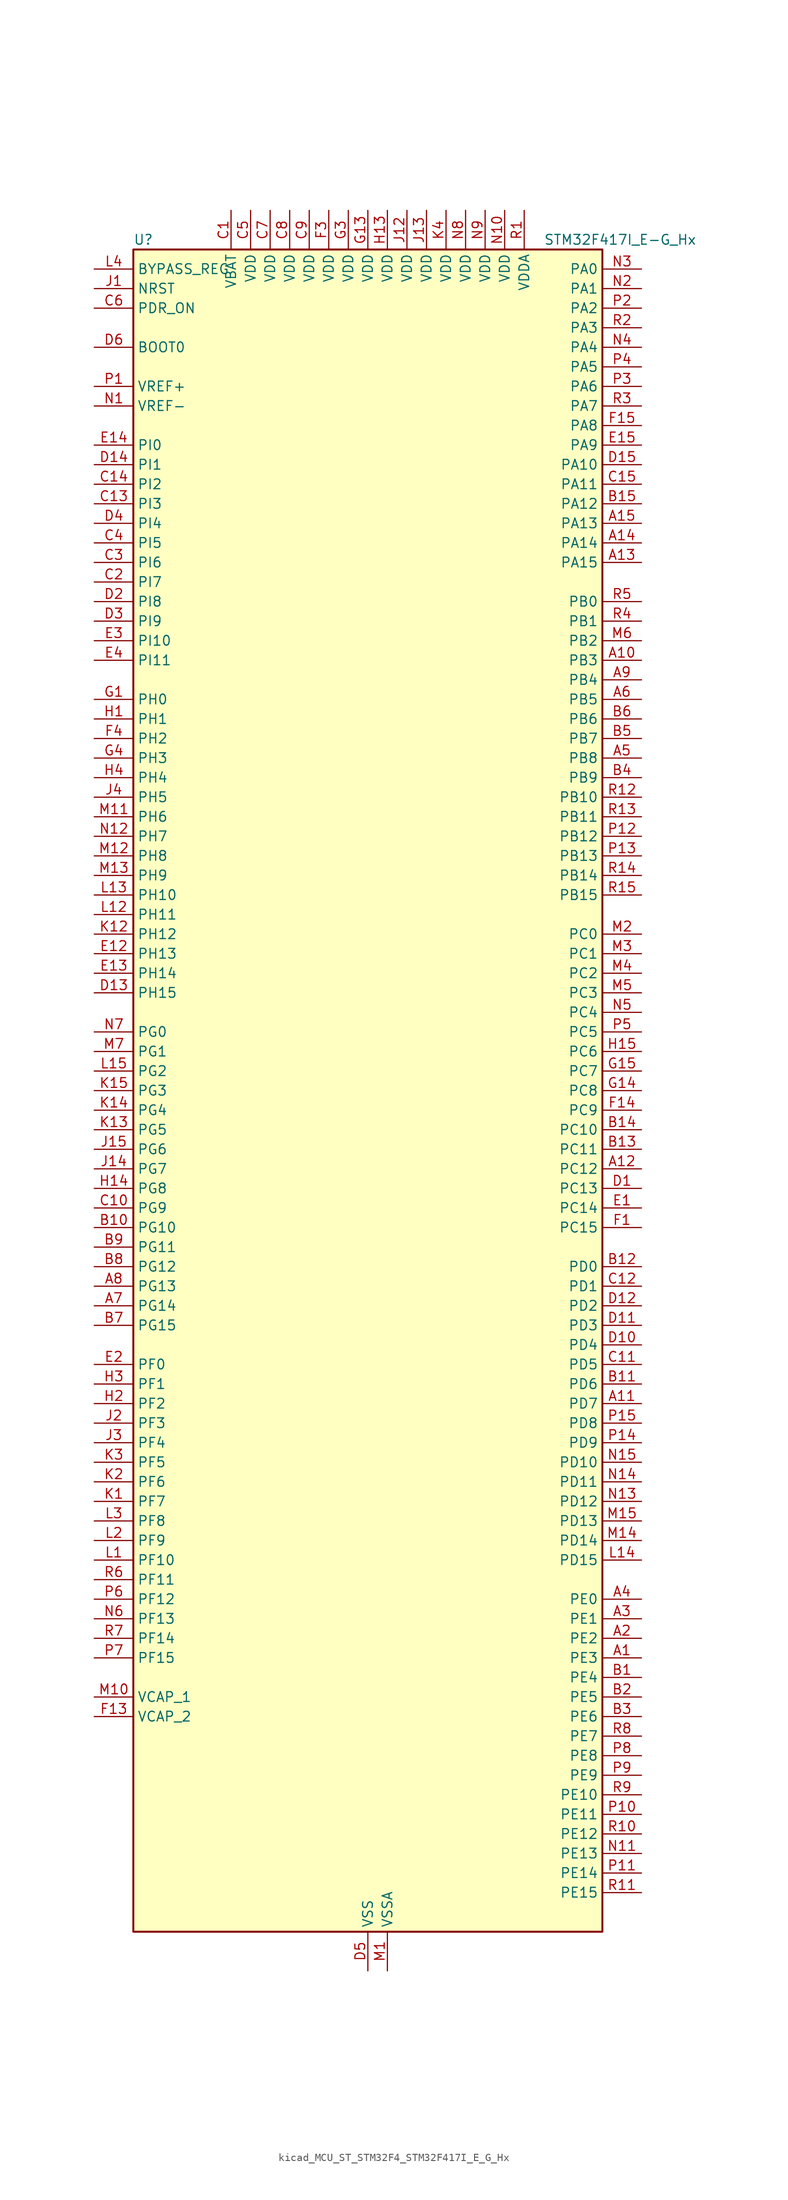
<source format=kicad_sym>
(kicad_symbol_lib
  (version 20220914)
  (generator kicad_symbol_editor)
  (symbol "kicad_MCU_ST_STM32F4_STM32F417I_E_G_Hx"
    (property "Reference" "U"
      (at -30.48 110.49 0)
      (effects (font (size 1.27 1.27)) (justify left)))
    (property "Value" "STM32F417I_E-G_Hx"
      (at 22.86 110.49 0)
      (effects (font (size 1.27 1.27)) (justify left)))
    (property "ki_locked" ""
      (at 0 0 0)
      (effects (font (size 1.27 1.27))))
    (symbol "kicad_MCU_ST_STM32F4_STM32F417I_E_G_Hx_0_1"
      (rectangle (start -30.48 -109.22) (end 30.48 109.22) (stroke (width 0.254) (type default)) (fill (type background))))
    (symbol "kicad_MCU_ST_STM32F4_STM32F417I_E_G_Hx_1_1"
      (pin bidirectional line (at 35.56 -73.66 180) (length 5.08) (name "PE3" (effects (font (size 1.27 1.27)))) (number "A1" (effects (font (size 1.27 1.27)))) (alternate "FSMC_A19" bidirectional line) (alternate "SYS_TRACED0" bidirectional line))
      (pin bidirectional line (at 35.56 55.88 180) (length 5.08) (name "PB3" (effects (font (size 1.27 1.27)))) (number "A10" (effects (font (size 1.27 1.27)))) (alternate "I2S3_CK" bidirectional line) (alternate "SPI1_SCK" bidirectional line) (alternate "SPI3_SCK" bidirectional line) (alternate "SYS_JTDO-SWO" bidirectional line) (alternate "TIM2_CH2" bidirectional line))
      (pin bidirectional line (at 35.56 -40.64 180) (length 5.08) (name "PD7" (effects (font (size 1.27 1.27)))) (number "A11" (effects (font (size 1.27 1.27)))) (alternate "FSMC_NCE2" bidirectional line) (alternate "FSMC_NE1" bidirectional line) (alternate "USART2_CK" bidirectional line))
      (pin bidirectional line (at 35.56 -10.16 180) (length 5.08) (name "PC12" (effects (font (size 1.27 1.27)))) (number "A12" (effects (font (size 1.27 1.27)))) (alternate "DCMI_D9" bidirectional line) (alternate "I2S3_SD" bidirectional line) (alternate "SDIO_CK" bidirectional line) (alternate "SPI3_MOSI" bidirectional line) (alternate "UART5_TX" bidirectional line) (alternate "USART3_CK" bidirectional line))
      (pin bidirectional line (at 35.56 68.58 180) (length 5.08) (name "PA15" (effects (font (size 1.27 1.27)))) (number "A13" (effects (font (size 1.27 1.27)))) (alternate "ADC1_EXTI15" bidirectional line) (alternate "ADC2_EXTI15" bidirectional line) (alternate "ADC3_EXTI15" bidirectional line) (alternate "I2S3_WS" bidirectional line) (alternate "SPI1_NSS" bidirectional line) (alternate "SPI3_NSS" bidirectional line) (alternate "SYS_JTDI" bidirectional line) (alternate "TIM2_CH1" bidirectional line) (alternate "TIM2_ETR" bidirectional line))
      (pin bidirectional line (at 35.56 71.12 180) (length 5.08) (name "PA14" (effects (font (size 1.27 1.27)))) (number "A14" (effects (font (size 1.27 1.27)))) (alternate "SYS_JTCK-SWCLK" bidirectional line))
      (pin bidirectional line (at 35.56 73.66 180) (length 5.08) (name "PA13" (effects (font (size 1.27 1.27)))) (number "A15" (effects (font (size 1.27 1.27)))) (alternate "SYS_JTMS-SWDIO" bidirectional line))
      (pin bidirectional line (at 35.56 -71.12 180) (length 5.08) (name "PE2" (effects (font (size 1.27 1.27)))) (number "A2" (effects (font (size 1.27 1.27)))) (alternate "ETH_TXD3" bidirectional line) (alternate "FSMC_A23" bidirectional line) (alternate "SYS_TRACECLK" bidirectional line))
      (pin bidirectional line (at 35.56 -68.58 180) (length 5.08) (name "PE1" (effects (font (size 1.27 1.27)))) (number "A3" (effects (font (size 1.27 1.27)))) (alternate "DCMI_D3" bidirectional line) (alternate "FSMC_NBL1" bidirectional line))
      (pin bidirectional line (at 35.56 -66.04 180) (length 5.08) (name "PE0" (effects (font (size 1.27 1.27)))) (number "A4" (effects (font (size 1.27 1.27)))) (alternate "DCMI_D2" bidirectional line) (alternate "FSMC_NBL0" bidirectional line) (alternate "TIM4_ETR" bidirectional line))
      (pin bidirectional line (at 35.56 43.18 180) (length 5.08) (name "PB8" (effects (font (size 1.27 1.27)))) (number "A5" (effects (font (size 1.27 1.27)))) (alternate "CAN1_RX" bidirectional line) (alternate "DCMI_D6" bidirectional line) (alternate "ETH_TXD3" bidirectional line) (alternate "I2C1_SCL" bidirectional line) (alternate "SDIO_D4" bidirectional line) (alternate "TIM10_CH1" bidirectional line) (alternate "TIM4_CH3" bidirectional line))
      (pin bidirectional line (at 35.56 50.8 180) (length 5.08) (name "PB5" (effects (font (size 1.27 1.27)))) (number "A6" (effects (font (size 1.27 1.27)))) (alternate "CAN2_RX" bidirectional line) (alternate "DCMI_D10" bidirectional line) (alternate "ETH_PPS_OUT" bidirectional line) (alternate "I2C1_SMBA" bidirectional line) (alternate "I2S3_SD" bidirectional line) (alternate "SPI1_MOSI" bidirectional line) (alternate "SPI3_MOSI" bidirectional line) (alternate "TIM3_CH2" bidirectional line) (alternate "USB_OTG_HS_ULPI_D7" bidirectional line))
      (pin bidirectional line (at -35.56 -27.94 0) (length 5.08) (name "PG14" (effects (font (size 1.27 1.27)))) (number "A7" (effects (font (size 1.27 1.27)))) (alternate "ETH_TXD1" bidirectional line) (alternate "FSMC_A25" bidirectional line) (alternate "USART6_TX" bidirectional line))
      (pin bidirectional line (at -35.56 -25.4 0) (length 5.08) (name "PG13" (effects (font (size 1.27 1.27)))) (number "A8" (effects (font (size 1.27 1.27)))) (alternate "ETH_TXD0" bidirectional line) (alternate "FSMC_A24" bidirectional line) (alternate "USART6_CTS" bidirectional line))
      (pin bidirectional line (at 35.56 53.34 180) (length 5.08) (name "PB4" (effects (font (size 1.27 1.27)))) (number "A9" (effects (font (size 1.27 1.27)))) (alternate "I2S3_ext_SD" bidirectional line) (alternate "SPI1_MISO" bidirectional line) (alternate "SPI3_MISO" bidirectional line) (alternate "SYS_JTRST" bidirectional line) (alternate "TIM3_CH1" bidirectional line))
      (pin bidirectional line (at 35.56 -76.2 180) (length 5.08) (name "PE4" (effects (font (size 1.27 1.27)))) (number "B1" (effects (font (size 1.27 1.27)))) (alternate "DCMI_D4" bidirectional line) (alternate "FSMC_A20" bidirectional line) (alternate "SYS_TRACED1" bidirectional line))
      (pin bidirectional line (at -35.56 -17.78 0) (length 5.08) (name "PG10" (effects (font (size 1.27 1.27)))) (number "B10" (effects (font (size 1.27 1.27)))) (alternate "FSMC_NCE4_1" bidirectional line) (alternate "FSMC_NE3" bidirectional line))
      (pin bidirectional line (at 35.56 -38.1 180) (length 5.08) (name "PD6" (effects (font (size 1.27 1.27)))) (number "B11" (effects (font (size 1.27 1.27)))) (alternate "FSMC_NWAIT" bidirectional line) (alternate "USART2_RX" bidirectional line))
      (pin bidirectional line (at 35.56 -22.86 180) (length 5.08) (name "PD0" (effects (font (size 1.27 1.27)))) (number "B12" (effects (font (size 1.27 1.27)))) (alternate "CAN1_RX" bidirectional line) (alternate "FSMC_D2" bidirectional line) (alternate "FSMC_DA2" bidirectional line))
      (pin bidirectional line (at 35.56 -7.62 180) (length 5.08) (name "PC11" (effects (font (size 1.27 1.27)))) (number "B13" (effects (font (size 1.27 1.27)))) (alternate "ADC1_EXTI11" bidirectional line) (alternate "ADC2_EXTI11" bidirectional line) (alternate "ADC3_EXTI11" bidirectional line) (alternate "DCMI_D4" bidirectional line) (alternate "I2S3_ext_SD" bidirectional line) (alternate "SDIO_D3" bidirectional line) (alternate "SPI3_MISO" bidirectional line) (alternate "UART4_RX" bidirectional line) (alternate "USART3_RX" bidirectional line))
      (pin bidirectional line (at 35.56 -5.08 180) (length 5.08) (name "PC10" (effects (font (size 1.27 1.27)))) (number "B14" (effects (font (size 1.27 1.27)))) (alternate "DCMI_D8" bidirectional line) (alternate "I2S3_CK" bidirectional line) (alternate "SDIO_D2" bidirectional line) (alternate "SPI3_SCK" bidirectional line) (alternate "UART4_TX" bidirectional line) (alternate "USART3_TX" bidirectional line))
      (pin bidirectional line (at 35.56 76.2 180) (length 5.08) (name "PA12" (effects (font (size 1.27 1.27)))) (number "B15" (effects (font (size 1.27 1.27)))) (alternate "CAN1_TX" bidirectional line) (alternate "TIM1_ETR" bidirectional line) (alternate "USART1_RTS" bidirectional line) (alternate "USB_OTG_FS_DP" bidirectional line))
      (pin bidirectional line (at 35.56 -78.74 180) (length 5.08) (name "PE5" (effects (font (size 1.27 1.27)))) (number "B2" (effects (font (size 1.27 1.27)))) (alternate "DCMI_D6" bidirectional line) (alternate "FSMC_A21" bidirectional line) (alternate "SYS_TRACED2" bidirectional line) (alternate "TIM9_CH1" bidirectional line))
      (pin bidirectional line (at 35.56 -81.28 180) (length 5.08) (name "PE6" (effects (font (size 1.27 1.27)))) (number "B3" (effects (font (size 1.27 1.27)))) (alternate "DCMI_D7" bidirectional line) (alternate "FSMC_A22" bidirectional line) (alternate "SYS_TRACED3" bidirectional line) (alternate "TIM9_CH2" bidirectional line))
      (pin bidirectional line (at 35.56 40.64 180) (length 5.08) (name "PB9" (effects (font (size 1.27 1.27)))) (number "B4" (effects (font (size 1.27 1.27)))) (alternate "CAN1_TX" bidirectional line) (alternate "DAC_EXTI9" bidirectional line) (alternate "DCMI_D7" bidirectional line) (alternate "I2C1_SDA" bidirectional line) (alternate "I2S2_WS" bidirectional line) (alternate "SDIO_D5" bidirectional line) (alternate "SPI2_NSS" bidirectional line) (alternate "TIM11_CH1" bidirectional line) (alternate "TIM4_CH4" bidirectional line))
      (pin bidirectional line (at 35.56 45.72 180) (length 5.08) (name "PB7" (effects (font (size 1.27 1.27)))) (number "B5" (effects (font (size 1.27 1.27)))) (alternate "DCMI_VSYNC" bidirectional line) (alternate "FSMC_NL" bidirectional line) (alternate "I2C1_SDA" bidirectional line) (alternate "TIM4_CH2" bidirectional line) (alternate "USART1_RX" bidirectional line))
      (pin bidirectional line (at 35.56 48.26 180) (length 5.08) (name "PB6" (effects (font (size 1.27 1.27)))) (number "B6" (effects (font (size 1.27 1.27)))) (alternate "CAN2_TX" bidirectional line) (alternate "DCMI_D5" bidirectional line) (alternate "I2C1_SCL" bidirectional line) (alternate "TIM4_CH1" bidirectional line) (alternate "USART1_TX" bidirectional line))
      (pin bidirectional line (at -35.56 -30.48 0) (length 5.08) (name "PG15" (effects (font (size 1.27 1.27)))) (number "B7" (effects (font (size 1.27 1.27)))) (alternate "ADC1_EXTI15" bidirectional line) (alternate "ADC2_EXTI15" bidirectional line) (alternate "ADC3_EXTI15" bidirectional line) (alternate "DCMI_D13" bidirectional line) (alternate "USART6_CTS" bidirectional line))
      (pin bidirectional line (at -35.56 -22.86 0) (length 5.08) (name "PG12" (effects (font (size 1.27 1.27)))) (number "B8" (effects (font (size 1.27 1.27)))) (alternate "FSMC_NE4" bidirectional line) (alternate "USART6_RTS" bidirectional line))
      (pin bidirectional line (at -35.56 -20.32 0) (length 5.08) (name "PG11" (effects (font (size 1.27 1.27)))) (number "B9" (effects (font (size 1.27 1.27)))) (alternate "ADC1_EXTI11" bidirectional line) (alternate "ADC2_EXTI11" bidirectional line) (alternate "ADC3_EXTI11" bidirectional line) (alternate "ETH_TX_EN" bidirectional line) (alternate "FSMC_NCE4_2" bidirectional line))
      (pin power_in line (at -17.78 114.3 270) (length 5.08) (name "VBAT" (effects (font (size 1.27 1.27)))) (number "C1" (effects (font (size 1.27 1.27)))))
      (pin bidirectional line (at -35.56 -15.24 0) (length 5.08) (name "PG9" (effects (font (size 1.27 1.27)))) (number "C10" (effects (font (size 1.27 1.27)))) (alternate "DAC_EXTI9" bidirectional line) (alternate "FSMC_NCE3" bidirectional line) (alternate "FSMC_NE2" bidirectional line) (alternate "USART6_RX" bidirectional line))
      (pin bidirectional line (at 35.56 -35.56 180) (length 5.08) (name "PD5" (effects (font (size 1.27 1.27)))) (number "C11" (effects (font (size 1.27 1.27)))) (alternate "FSMC_NWE" bidirectional line) (alternate "USART2_TX" bidirectional line))
      (pin bidirectional line (at 35.56 -25.4 180) (length 5.08) (name "PD1" (effects (font (size 1.27 1.27)))) (number "C12" (effects (font (size 1.27 1.27)))) (alternate "CAN1_TX" bidirectional line) (alternate "FSMC_D3" bidirectional line) (alternate "FSMC_DA3" bidirectional line))
      (pin bidirectional line (at -35.56 76.2 0) (length 5.08) (name "PI3" (effects (font (size 1.27 1.27)))) (number "C13" (effects (font (size 1.27 1.27)))) (alternate "DCMI_D10" bidirectional line) (alternate "I2S2_SD" bidirectional line) (alternate "SPI2_MOSI" bidirectional line) (alternate "TIM8_ETR" bidirectional line))
      (pin bidirectional line (at -35.56 78.74 0) (length 5.08) (name "PI2" (effects (font (size 1.27 1.27)))) (number "C14" (effects (font (size 1.27 1.27)))) (alternate "DCMI_D9" bidirectional line) (alternate "I2S2_ext_SD" bidirectional line) (alternate "SPI2_MISO" bidirectional line) (alternate "TIM8_CH4" bidirectional line))
      (pin bidirectional line (at 35.56 78.74 180) (length 5.08) (name "PA11" (effects (font (size 1.27 1.27)))) (number "C15" (effects (font (size 1.27 1.27)))) (alternate "ADC1_EXTI11" bidirectional line) (alternate "ADC2_EXTI11" bidirectional line) (alternate "ADC3_EXTI11" bidirectional line) (alternate "CAN1_RX" bidirectional line) (alternate "TIM1_CH4" bidirectional line) (alternate "USART1_CTS" bidirectional line) (alternate "USB_OTG_FS_DM" bidirectional line))
      (pin bidirectional line (at -35.56 66.04 0) (length 5.08) (name "PI7" (effects (font (size 1.27 1.27)))) (number "C2" (effects (font (size 1.27 1.27)))) (alternate "DCMI_D7" bidirectional line) (alternate "TIM8_CH3" bidirectional line))
      (pin bidirectional line (at -35.56 68.58 0) (length 5.08) (name "PI6" (effects (font (size 1.27 1.27)))) (number "C3" (effects (font (size 1.27 1.27)))) (alternate "DCMI_D6" bidirectional line) (alternate "TIM8_CH2" bidirectional line))
      (pin bidirectional line (at -35.56 71.12 0) (length 5.08) (name "PI5" (effects (font (size 1.27 1.27)))) (number "C4" (effects (font (size 1.27 1.27)))) (alternate "DCMI_VSYNC" bidirectional line) (alternate "TIM8_CH1" bidirectional line))
      (pin power_in line (at -15.24 114.3 270) (length 5.08) (name "VDD" (effects (font (size 1.27 1.27)))) (number "C5" (effects (font (size 1.27 1.27)))))
      (pin input line (at -35.56 101.6 0) (length 5.08) (name "PDR_ON" (effects (font (size 1.27 1.27)))) (number "C6" (effects (font (size 1.27 1.27)))))
      (pin power_in line (at -12.7 114.3 270) (length 5.08) (name "VDD" (effects (font (size 1.27 1.27)))) (number "C7" (effects (font (size 1.27 1.27)))))
      (pin power_in line (at -10.16 114.3 270) (length 5.08) (name "VDD" (effects (font (size 1.27 1.27)))) (number "C8" (effects (font (size 1.27 1.27)))))
      (pin power_in line (at -7.62 114.3 270) (length 5.08) (name "VDD" (effects (font (size 1.27 1.27)))) (number "C9" (effects (font (size 1.27 1.27)))))
      (pin bidirectional line (at 35.56 -12.7 180) (length 5.08) (name "PC13" (effects (font (size 1.27 1.27)))) (number "D1" (effects (font (size 1.27 1.27)))) (alternate "RTC_AF1" bidirectional line))
      (pin bidirectional line (at 35.56 -33.02 180) (length 5.08) (name "PD4" (effects (font (size 1.27 1.27)))) (number "D10" (effects (font (size 1.27 1.27)))) (alternate "FSMC_NOE" bidirectional line) (alternate "USART2_RTS" bidirectional line))
      (pin bidirectional line (at 35.56 -30.48 180) (length 5.08) (name "PD3" (effects (font (size 1.27 1.27)))) (number "D11" (effects (font (size 1.27 1.27)))) (alternate "FSMC_CLK" bidirectional line) (alternate "USART2_CTS" bidirectional line))
      (pin bidirectional line (at 35.56 -27.94 180) (length 5.08) (name "PD2" (effects (font (size 1.27 1.27)))) (number "D12" (effects (font (size 1.27 1.27)))) (alternate "DCMI_D11" bidirectional line) (alternate "SDIO_CMD" bidirectional line) (alternate "TIM3_ETR" bidirectional line) (alternate "UART5_RX" bidirectional line))
      (pin bidirectional line (at -35.56 12.7 0) (length 5.08) (name "PH15" (effects (font (size 1.27 1.27)))) (number "D13" (effects (font (size 1.27 1.27)))) (alternate "ADC1_EXTI15" bidirectional line) (alternate "ADC2_EXTI15" bidirectional line) (alternate "ADC3_EXTI15" bidirectional line) (alternate "DCMI_D11" bidirectional line) (alternate "TIM8_CH3N" bidirectional line))
      (pin bidirectional line (at -35.56 81.28 0) (length 5.08) (name "PI1" (effects (font (size 1.27 1.27)))) (number "D14" (effects (font (size 1.27 1.27)))) (alternate "DCMI_D8" bidirectional line) (alternate "I2S2_CK" bidirectional line) (alternate "SPI2_SCK" bidirectional line))
      (pin bidirectional line (at 35.56 81.28 180) (length 5.08) (name "PA10" (effects (font (size 1.27 1.27)))) (number "D15" (effects (font (size 1.27 1.27)))) (alternate "DCMI_D1" bidirectional line) (alternate "TIM1_CH3" bidirectional line) (alternate "USART1_RX" bidirectional line) (alternate "USB_OTG_FS_ID" bidirectional line))
      (pin bidirectional line (at -35.56 63.5 0) (length 5.08) (name "PI8" (effects (font (size 1.27 1.27)))) (number "D2" (effects (font (size 1.27 1.27)))) (alternate "RTC_AF2" bidirectional line))
      (pin bidirectional line (at -35.56 60.96 0) (length 5.08) (name "PI9" (effects (font (size 1.27 1.27)))) (number "D3" (effects (font (size 1.27 1.27)))) (alternate "CAN1_RX" bidirectional line) (alternate "DAC_EXTI9" bidirectional line))
      (pin bidirectional line (at -35.56 73.66 0) (length 5.08) (name "PI4" (effects (font (size 1.27 1.27)))) (number "D4" (effects (font (size 1.27 1.27)))) (alternate "DCMI_D5" bidirectional line) (alternate "TIM8_BKIN" bidirectional line))
      (pin power_in line (at 0 -114.3 90) (length 5.08) (name "VSS" (effects (font (size 1.27 1.27)))) (number "D5" (effects (font (size 1.27 1.27)))))
      (pin input line (at -35.56 96.52 0) (length 5.08) (name "BOOT0" (effects (font (size 1.27 1.27)))) (number "D6" (effects (font (size 1.27 1.27)))))
      (pin passive line (at 0 -114.3 90) (length 5.08) hide (name "VSS" (effects (font (size 1.27 1.27)))) (number "D7" (effects (font (size 1.27 1.27)))))
      (pin passive line (at 0 -114.3 90) (length 5.08) hide (name "VSS" (effects (font (size 1.27 1.27)))) (number "D8" (effects (font (size 1.27 1.27)))))
      (pin passive line (at 0 -114.3 90) (length 5.08) hide (name "VSS" (effects (font (size 1.27 1.27)))) (number "D9" (effects (font (size 1.27 1.27)))))
      (pin bidirectional line (at 35.56 -15.24 180) (length 5.08) (name "PC14" (effects (font (size 1.27 1.27)))) (number "E1" (effects (font (size 1.27 1.27)))) (alternate "RCC_OSC32_IN" bidirectional line))
      (pin bidirectional line (at -35.56 17.78 0) (length 5.08) (name "PH13" (effects (font (size 1.27 1.27)))) (number "E12" (effects (font (size 1.27 1.27)))) (alternate "CAN1_TX" bidirectional line) (alternate "TIM8_CH1N" bidirectional line))
      (pin bidirectional line (at -35.56 15.24 0) (length 5.08) (name "PH14" (effects (font (size 1.27 1.27)))) (number "E13" (effects (font (size 1.27 1.27)))) (alternate "DCMI_D4" bidirectional line) (alternate "TIM8_CH2N" bidirectional line))
      (pin bidirectional line (at -35.56 83.82 0) (length 5.08) (name "PI0" (effects (font (size 1.27 1.27)))) (number "E14" (effects (font (size 1.27 1.27)))) (alternate "DCMI_D13" bidirectional line) (alternate "I2S2_WS" bidirectional line) (alternate "SPI2_NSS" bidirectional line) (alternate "TIM5_CH4" bidirectional line))
      (pin bidirectional line (at 35.56 83.82 180) (length 5.08) (name "PA9" (effects (font (size 1.27 1.27)))) (number "E15" (effects (font (size 1.27 1.27)))) (alternate "DAC_EXTI9" bidirectional line) (alternate "DCMI_D0" bidirectional line) (alternate "I2C3_SMBA" bidirectional line) (alternate "TIM1_CH2" bidirectional line) (alternate "USART1_TX" bidirectional line) (alternate "USB_OTG_FS_VBUS" bidirectional line))
      (pin bidirectional line (at -35.56 -35.56 0) (length 5.08) (name "PF0" (effects (font (size 1.27 1.27)))) (number "E2" (effects (font (size 1.27 1.27)))) (alternate "FSMC_A0" bidirectional line) (alternate "I2C2_SDA" bidirectional line))
      (pin bidirectional line (at -35.56 58.42 0) (length 5.08) (name "PI10" (effects (font (size 1.27 1.27)))) (number "E3" (effects (font (size 1.27 1.27)))) (alternate "ETH_RX_ER" bidirectional line))
      (pin bidirectional line (at -35.56 55.88 0) (length 5.08) (name "PI11" (effects (font (size 1.27 1.27)))) (number "E4" (effects (font (size 1.27 1.27)))) (alternate "ADC1_EXTI11" bidirectional line) (alternate "ADC2_EXTI11" bidirectional line) (alternate "ADC3_EXTI11" bidirectional line) (alternate "USB_OTG_HS_ULPI_DIR" bidirectional line))
      (pin bidirectional line (at 35.56 -17.78 180) (length 5.08) (name "PC15" (effects (font (size 1.27 1.27)))) (number "F1" (effects (font (size 1.27 1.27)))) (alternate "ADC1_EXTI15" bidirectional line) (alternate "ADC2_EXTI15" bidirectional line) (alternate "ADC3_EXTI15" bidirectional line) (alternate "RCC_OSC32_OUT" bidirectional line))
      (pin passive line (at 0 -114.3 90) (length 5.08) hide (name "VSS" (effects (font (size 1.27 1.27)))) (number "F10" (effects (font (size 1.27 1.27)))))
      (pin passive line (at 0 -114.3 90) (length 5.08) hide (name "VSS" (effects (font (size 1.27 1.27)))) (number "F12" (effects (font (size 1.27 1.27)))))
      (pin power_out line (at -35.56 -81.28 0) (length 5.08) (name "VCAP_2" (effects (font (size 1.27 1.27)))) (number "F13" (effects (font (size 1.27 1.27)))))
      (pin bidirectional line (at 35.56 -2.54 180) (length 5.08) (name "PC9" (effects (font (size 1.27 1.27)))) (number "F14" (effects (font (size 1.27 1.27)))) (alternate "DAC_EXTI9" bidirectional line) (alternate "DCMI_D3" bidirectional line) (alternate "I2C3_SDA" bidirectional line) (alternate "I2S_CKIN" bidirectional line) (alternate "RCC_MCO_2" bidirectional line) (alternate "SDIO_D1" bidirectional line) (alternate "TIM3_CH4" bidirectional line) (alternate "TIM8_CH4" bidirectional line))
      (pin bidirectional line (at 35.56 86.36 180) (length 5.08) (name "PA8" (effects (font (size 1.27 1.27)))) (number "F15" (effects (font (size 1.27 1.27)))) (alternate "I2C3_SCL" bidirectional line) (alternate "RCC_MCO_1" bidirectional line) (alternate "TIM1_CH1" bidirectional line) (alternate "USART1_CK" bidirectional line) (alternate "USB_OTG_FS_SOF" bidirectional line))
      (pin passive line (at 0 -114.3 90) (length 5.08) hide (name "VSS" (effects (font (size 1.27 1.27)))) (number "F2" (effects (font (size 1.27 1.27)))))
      (pin power_in line (at -5.08 114.3 270) (length 5.08) (name "VDD" (effects (font (size 1.27 1.27)))) (number "F3" (effects (font (size 1.27 1.27)))))
      (pin bidirectional line (at -35.56 45.72 0) (length 5.08) (name "PH2" (effects (font (size 1.27 1.27)))) (number "F4" (effects (font (size 1.27 1.27)))) (alternate "ETH_CRS" bidirectional line))
      (pin passive line (at 0 -114.3 90) (length 5.08) hide (name "VSS" (effects (font (size 1.27 1.27)))) (number "F6" (effects (font (size 1.27 1.27)))))
      (pin passive line (at 0 -114.3 90) (length 5.08) hide (name "VSS" (effects (font (size 1.27 1.27)))) (number "F7" (effects (font (size 1.27 1.27)))))
      (pin passive line (at 0 -114.3 90) (length 5.08) hide (name "VSS" (effects (font (size 1.27 1.27)))) (number "F8" (effects (font (size 1.27 1.27)))))
      (pin passive line (at 0 -114.3 90) (length 5.08) hide (name "VSS" (effects (font (size 1.27 1.27)))) (number "F9" (effects (font (size 1.27 1.27)))))
      (pin bidirectional line (at -35.56 50.8 0) (length 5.08) (name "PH0" (effects (font (size 1.27 1.27)))) (number "G1" (effects (font (size 1.27 1.27)))) (alternate "RCC_OSC_IN" bidirectional line))
      (pin passive line (at 0 -114.3 90) (length 5.08) hide (name "VSS" (effects (font (size 1.27 1.27)))) (number "G10" (effects (font (size 1.27 1.27)))))
      (pin passive line (at 0 -114.3 90) (length 5.08) hide (name "VSS" (effects (font (size 1.27 1.27)))) (number "G12" (effects (font (size 1.27 1.27)))))
      (pin power_in line (at 0 114.3 270) (length 5.08) (name "VDD" (effects (font (size 1.27 1.27)))) (number "G13" (effects (font (size 1.27 1.27)))))
      (pin bidirectional line (at 35.56 0 180) (length 5.08) (name "PC8" (effects (font (size 1.27 1.27)))) (number "G14" (effects (font (size 1.27 1.27)))) (alternate "DCMI_D2" bidirectional line) (alternate "SDIO_D0" bidirectional line) (alternate "TIM3_CH3" bidirectional line) (alternate "TIM8_CH3" bidirectional line) (alternate "USART6_CK" bidirectional line))
      (pin bidirectional line (at 35.56 2.54 180) (length 5.08) (name "PC7" (effects (font (size 1.27 1.27)))) (number "G15" (effects (font (size 1.27 1.27)))) (alternate "DCMI_D1" bidirectional line) (alternate "I2S3_MCK" bidirectional line) (alternate "SDIO_D7" bidirectional line) (alternate "TIM3_CH2" bidirectional line) (alternate "TIM8_CH2" bidirectional line) (alternate "USART6_RX" bidirectional line))
      (pin passive line (at 0 -114.3 90) (length 5.08) hide (name "VSS" (effects (font (size 1.27 1.27)))) (number "G2" (effects (font (size 1.27 1.27)))))
      (pin power_in line (at -2.54 114.3 270) (length 5.08) (name "VDD" (effects (font (size 1.27 1.27)))) (number "G3" (effects (font (size 1.27 1.27)))))
      (pin bidirectional line (at -35.56 43.18 0) (length 5.08) (name "PH3" (effects (font (size 1.27 1.27)))) (number "G4" (effects (font (size 1.27 1.27)))) (alternate "ETH_COL" bidirectional line))
      (pin passive line (at 0 -114.3 90) (length 5.08) hide (name "VSS" (effects (font (size 1.27 1.27)))) (number "G6" (effects (font (size 1.27 1.27)))))
      (pin passive line (at 0 -114.3 90) (length 5.08) hide (name "VSS" (effects (font (size 1.27 1.27)))) (number "G7" (effects (font (size 1.27 1.27)))))
      (pin passive line (at 0 -114.3 90) (length 5.08) hide (name "VSS" (effects (font (size 1.27 1.27)))) (number "G8" (effects (font (size 1.27 1.27)))))
      (pin passive line (at 0 -114.3 90) (length 5.08) hide (name "VSS" (effects (font (size 1.27 1.27)))) (number "G9" (effects (font (size 1.27 1.27)))))
      (pin bidirectional line (at -35.56 48.26 0) (length 5.08) (name "PH1" (effects (font (size 1.27 1.27)))) (number "H1" (effects (font (size 1.27 1.27)))) (alternate "RCC_OSC_OUT" bidirectional line))
      (pin passive line (at 0 -114.3 90) (length 5.08) hide (name "VSS" (effects (font (size 1.27 1.27)))) (number "H10" (effects (font (size 1.27 1.27)))))
      (pin passive line (at 0 -114.3 90) (length 5.08) hide (name "VSS" (effects (font (size 1.27 1.27)))) (number "H12" (effects (font (size 1.27 1.27)))))
      (pin power_in line (at 2.54 114.3 270) (length 5.08) (name "VDD" (effects (font (size 1.27 1.27)))) (number "H13" (effects (font (size 1.27 1.27)))))
      (pin bidirectional line (at -35.56 -12.7 0) (length 5.08) (name "PG8" (effects (font (size 1.27 1.27)))) (number "H14" (effects (font (size 1.27 1.27)))) (alternate "ETH_PPS_OUT" bidirectional line) (alternate "USART6_RTS" bidirectional line))
      (pin bidirectional line (at 35.56 5.08 180) (length 5.08) (name "PC6" (effects (font (size 1.27 1.27)))) (number "H15" (effects (font (size 1.27 1.27)))) (alternate "DCMI_D0" bidirectional line) (alternate "I2S2_MCK" bidirectional line) (alternate "SDIO_D6" bidirectional line) (alternate "TIM3_CH1" bidirectional line) (alternate "TIM8_CH1" bidirectional line) (alternate "USART6_TX" bidirectional line))
      (pin bidirectional line (at -35.56 -40.64 0) (length 5.08) (name "PF2" (effects (font (size 1.27 1.27)))) (number "H2" (effects (font (size 1.27 1.27)))) (alternate "FSMC_A2" bidirectional line) (alternate "I2C2_SMBA" bidirectional line))
      (pin bidirectional line (at -35.56 -38.1 0) (length 5.08) (name "PF1" (effects (font (size 1.27 1.27)))) (number "H3" (effects (font (size 1.27 1.27)))) (alternate "FSMC_A1" bidirectional line) (alternate "I2C2_SCL" bidirectional line))
      (pin bidirectional line (at -35.56 40.64 0) (length 5.08) (name "PH4" (effects (font (size 1.27 1.27)))) (number "H4" (effects (font (size 1.27 1.27)))) (alternate "I2C2_SCL" bidirectional line) (alternate "USB_OTG_HS_ULPI_NXT" bidirectional line))
      (pin passive line (at 0 -114.3 90) (length 5.08) hide (name "VSS" (effects (font (size 1.27 1.27)))) (number "H6" (effects (font (size 1.27 1.27)))))
      (pin passive line (at 0 -114.3 90) (length 5.08) hide (name "VSS" (effects (font (size 1.27 1.27)))) (number "H7" (effects (font (size 1.27 1.27)))))
      (pin passive line (at 0 -114.3 90) (length 5.08) hide (name "VSS" (effects (font (size 1.27 1.27)))) (number "H8" (effects (font (size 1.27 1.27)))))
      (pin passive line (at 0 -114.3 90) (length 5.08) hide (name "VSS" (effects (font (size 1.27 1.27)))) (number "H9" (effects (font (size 1.27 1.27)))))
      (pin input line (at -35.56 104.14 0) (length 5.08) (name "NRST" (effects (font (size 1.27 1.27)))) (number "J1" (effects (font (size 1.27 1.27)))))
      (pin passive line (at 0 -114.3 90) (length 5.08) hide (name "VSS" (effects (font (size 1.27 1.27)))) (number "J10" (effects (font (size 1.27 1.27)))))
      (pin power_in line (at 5.08 114.3 270) (length 5.08) (name "VDD" (effects (font (size 1.27 1.27)))) (number "J12" (effects (font (size 1.27 1.27)))))
      (pin power_in line (at 7.62 114.3 270) (length 5.08) (name "VDD" (effects (font (size 1.27 1.27)))) (number "J13" (effects (font (size 1.27 1.27)))))
      (pin bidirectional line (at -35.56 -10.16 0) (length 5.08) (name "PG7" (effects (font (size 1.27 1.27)))) (number "J14" (effects (font (size 1.27 1.27)))) (alternate "FSMC_INT3" bidirectional line) (alternate "USART6_CK" bidirectional line))
      (pin bidirectional line (at -35.56 -7.62 0) (length 5.08) (name "PG6" (effects (font (size 1.27 1.27)))) (number "J15" (effects (font (size 1.27 1.27)))) (alternate "FSMC_INT2" bidirectional line))
      (pin bidirectional line (at -35.56 -43.18 0) (length 5.08) (name "PF3" (effects (font (size 1.27 1.27)))) (number "J2" (effects (font (size 1.27 1.27)))) (alternate "ADC3_IN9" bidirectional line) (alternate "FSMC_A3" bidirectional line))
      (pin bidirectional line (at -35.56 -45.72 0) (length 5.08) (name "PF4" (effects (font (size 1.27 1.27)))) (number "J3" (effects (font (size 1.27 1.27)))) (alternate "ADC3_IN14" bidirectional line) (alternate "FSMC_A4" bidirectional line))
      (pin bidirectional line (at -35.56 38.1 0) (length 5.08) (name "PH5" (effects (font (size 1.27 1.27)))) (number "J4" (effects (font (size 1.27 1.27)))) (alternate "I2C2_SDA" bidirectional line))
      (pin passive line (at 0 -114.3 90) (length 5.08) hide (name "VSS" (effects (font (size 1.27 1.27)))) (number "J6" (effects (font (size 1.27 1.27)))))
      (pin passive line (at 0 -114.3 90) (length 5.08) hide (name "VSS" (effects (font (size 1.27 1.27)))) (number "J7" (effects (font (size 1.27 1.27)))))
      (pin passive line (at 0 -114.3 90) (length 5.08) hide (name "VSS" (effects (font (size 1.27 1.27)))) (number "J8" (effects (font (size 1.27 1.27)))))
      (pin passive line (at 0 -114.3 90) (length 5.08) hide (name "VSS" (effects (font (size 1.27 1.27)))) (number "J9" (effects (font (size 1.27 1.27)))))
      (pin bidirectional line (at -35.56 -53.34 0) (length 5.08) (name "PF7" (effects (font (size 1.27 1.27)))) (number "K1" (effects (font (size 1.27 1.27)))) (alternate "ADC3_IN5" bidirectional line) (alternate "FSMC_NREG" bidirectional line) (alternate "TIM11_CH1" bidirectional line))
      (pin passive line (at 0 -114.3 90) (length 5.08) hide (name "VSS" (effects (font (size 1.27 1.27)))) (number "K10" (effects (font (size 1.27 1.27)))))
      (pin bidirectional line (at -35.56 20.32 0) (length 5.08) (name "PH12" (effects (font (size 1.27 1.27)))) (number "K12" (effects (font (size 1.27 1.27)))) (alternate "DCMI_D3" bidirectional line) (alternate "TIM5_CH3" bidirectional line))
      (pin bidirectional line (at -35.56 -5.08 0) (length 5.08) (name "PG5" (effects (font (size 1.27 1.27)))) (number "K13" (effects (font (size 1.27 1.27)))) (alternate "FSMC_A15" bidirectional line))
      (pin bidirectional line (at -35.56 -2.54 0) (length 5.08) (name "PG4" (effects (font (size 1.27 1.27)))) (number "K14" (effects (font (size 1.27 1.27)))) (alternate "FSMC_A14" bidirectional line))
      (pin bidirectional line (at -35.56 0 0) (length 5.08) (name "PG3" (effects (font (size 1.27 1.27)))) (number "K15" (effects (font (size 1.27 1.27)))) (alternate "FSMC_A13" bidirectional line))
      (pin bidirectional line (at -35.56 -50.8 0) (length 5.08) (name "PF6" (effects (font (size 1.27 1.27)))) (number "K2" (effects (font (size 1.27 1.27)))) (alternate "ADC3_IN4" bidirectional line) (alternate "FSMC_NIORD" bidirectional line) (alternate "TIM10_CH1" bidirectional line))
      (pin bidirectional line (at -35.56 -48.26 0) (length 5.08) (name "PF5" (effects (font (size 1.27 1.27)))) (number "K3" (effects (font (size 1.27 1.27)))) (alternate "ADC3_IN15" bidirectional line) (alternate "FSMC_A5" bidirectional line))
      (pin power_in line (at 10.16 114.3 270) (length 5.08) (name "VDD" (effects (font (size 1.27 1.27)))) (number "K4" (effects (font (size 1.27 1.27)))))
      (pin passive line (at 0 -114.3 90) (length 5.08) hide (name "VSS" (effects (font (size 1.27 1.27)))) (number "K6" (effects (font (size 1.27 1.27)))))
      (pin passive line (at 0 -114.3 90) (length 5.08) hide (name "VSS" (effects (font (size 1.27 1.27)))) (number "K7" (effects (font (size 1.27 1.27)))))
      (pin passive line (at 0 -114.3 90) (length 5.08) hide (name "VSS" (effects (font (size 1.27 1.27)))) (number "K8" (effects (font (size 1.27 1.27)))))
      (pin passive line (at 0 -114.3 90) (length 5.08) hide (name "VSS" (effects (font (size 1.27 1.27)))) (number "K9" (effects (font (size 1.27 1.27)))))
      (pin bidirectional line (at -35.56 -60.96 0) (length 5.08) (name "PF10" (effects (font (size 1.27 1.27)))) (number "L1" (effects (font (size 1.27 1.27)))) (alternate "ADC3_IN8" bidirectional line) (alternate "FSMC_INTR" bidirectional line))
      (pin bidirectional line (at -35.56 22.86 0) (length 5.08) (name "PH11" (effects (font (size 1.27 1.27)))) (number "L12" (effects (font (size 1.27 1.27)))) (alternate "ADC1_EXTI11" bidirectional line) (alternate "ADC2_EXTI11" bidirectional line) (alternate "ADC3_EXTI11" bidirectional line) (alternate "DCMI_D2" bidirectional line) (alternate "TIM5_CH2" bidirectional line))
      (pin bidirectional line (at -35.56 25.4 0) (length 5.08) (name "PH10" (effects (font (size 1.27 1.27)))) (number "L13" (effects (font (size 1.27 1.27)))) (alternate "DCMI_D1" bidirectional line) (alternate "TIM5_CH1" bidirectional line))
      (pin bidirectional line (at 35.56 -60.96 180) (length 5.08) (name "PD15" (effects (font (size 1.27 1.27)))) (number "L14" (effects (font (size 1.27 1.27)))) (alternate "ADC1_EXTI15" bidirectional line) (alternate "ADC2_EXTI15" bidirectional line) (alternate "ADC3_EXTI15" bidirectional line) (alternate "FSMC_D1" bidirectional line) (alternate "FSMC_DA1" bidirectional line) (alternate "TIM4_CH4" bidirectional line))
      (pin bidirectional line (at -35.56 2.54 0) (length 5.08) (name "PG2" (effects (font (size 1.27 1.27)))) (number "L15" (effects (font (size 1.27 1.27)))) (alternate "FSMC_A12" bidirectional line))
      (pin bidirectional line (at -35.56 -58.42 0) (length 5.08) (name "PF9" (effects (font (size 1.27 1.27)))) (number "L2" (effects (font (size 1.27 1.27)))) (alternate "ADC3_IN7" bidirectional line) (alternate "DAC_EXTI9" bidirectional line) (alternate "FSMC_CD" bidirectional line) (alternate "TIM14_CH1" bidirectional line))
      (pin bidirectional line (at -35.56 -55.88 0) (length 5.08) (name "PF8" (effects (font (size 1.27 1.27)))) (number "L3" (effects (font (size 1.27 1.27)))) (alternate "ADC3_IN6" bidirectional line) (alternate "FSMC_NIOWR" bidirectional line) (alternate "TIM13_CH1" bidirectional line))
      (pin input line (at -35.56 106.68 0) (length 5.08) (name "BYPASS_REG" (effects (font (size 1.27 1.27)))) (number "L4" (effects (font (size 1.27 1.27)))))
      (pin power_in line (at 2.54 -114.3 90) (length 5.08) (name "VSSA" (effects (font (size 1.27 1.27)))) (number "M1" (effects (font (size 1.27 1.27)))))
      (pin power_out line (at -35.56 -78.74 0) (length 5.08) (name "VCAP_1" (effects (font (size 1.27 1.27)))) (number "M10" (effects (font (size 1.27 1.27)))))
      (pin bidirectional line (at -35.56 35.56 0) (length 5.08) (name "PH6" (effects (font (size 1.27 1.27)))) (number "M11" (effects (font (size 1.27 1.27)))) (alternate "ETH_RXD2" bidirectional line) (alternate "I2C2_SMBA" bidirectional line) (alternate "TIM12_CH1" bidirectional line))
      (pin bidirectional line (at -35.56 30.48 0) (length 5.08) (name "PH8" (effects (font (size 1.27 1.27)))) (number "M12" (effects (font (size 1.27 1.27)))) (alternate "DCMI_HSYNC" bidirectional line) (alternate "I2C3_SDA" bidirectional line))
      (pin bidirectional line (at -35.56 27.94 0) (length 5.08) (name "PH9" (effects (font (size 1.27 1.27)))) (number "M13" (effects (font (size 1.27 1.27)))) (alternate "DAC_EXTI9" bidirectional line) (alternate "DCMI_D0" bidirectional line) (alternate "I2C3_SMBA" bidirectional line) (alternate "TIM12_CH2" bidirectional line))
      (pin bidirectional line (at 35.56 -58.42 180) (length 5.08) (name "PD14" (effects (font (size 1.27 1.27)))) (number "M14" (effects (font (size 1.27 1.27)))) (alternate "FSMC_D0" bidirectional line) (alternate "FSMC_DA0" bidirectional line) (alternate "TIM4_CH3" bidirectional line))
      (pin bidirectional line (at 35.56 -55.88 180) (length 5.08) (name "PD13" (effects (font (size 1.27 1.27)))) (number "M15" (effects (font (size 1.27 1.27)))) (alternate "FSMC_A18" bidirectional line) (alternate "TIM4_CH2" bidirectional line))
      (pin bidirectional line (at 35.56 20.32 180) (length 5.08) (name "PC0" (effects (font (size 1.27 1.27)))) (number "M2" (effects (font (size 1.27 1.27)))) (alternate "ADC1_IN10" bidirectional line) (alternate "ADC2_IN10" bidirectional line) (alternate "ADC3_IN10" bidirectional line) (alternate "USB_OTG_HS_ULPI_STP" bidirectional line))
      (pin bidirectional line (at 35.56 17.78 180) (length 5.08) (name "PC1" (effects (font (size 1.27 1.27)))) (number "M3" (effects (font (size 1.27 1.27)))) (alternate "ADC1_IN11" bidirectional line) (alternate "ADC2_IN11" bidirectional line) (alternate "ADC3_IN11" bidirectional line) (alternate "ETH_MDC" bidirectional line))
      (pin bidirectional line (at 35.56 15.24 180) (length 5.08) (name "PC2" (effects (font (size 1.27 1.27)))) (number "M4" (effects (font (size 1.27 1.27)))) (alternate "ADC1_IN12" bidirectional line) (alternate "ADC2_IN12" bidirectional line) (alternate "ADC3_IN12" bidirectional line) (alternate "ETH_TXD2" bidirectional line) (alternate "I2S2_ext_SD" bidirectional line) (alternate "SPI2_MISO" bidirectional line) (alternate "USB_OTG_HS_ULPI_DIR" bidirectional line))
      (pin bidirectional line (at 35.56 12.7 180) (length 5.08) (name "PC3" (effects (font (size 1.27 1.27)))) (number "M5" (effects (font (size 1.27 1.27)))) (alternate "ADC1_IN13" bidirectional line) (alternate "ADC2_IN13" bidirectional line) (alternate "ADC3_IN13" bidirectional line) (alternate "ETH_TX_CLK" bidirectional line) (alternate "I2S2_SD" bidirectional line) (alternate "SPI2_MOSI" bidirectional line) (alternate "USB_OTG_HS_ULPI_NXT" bidirectional line))
      (pin bidirectional line (at 35.56 58.42 180) (length 5.08) (name "PB2" (effects (font (size 1.27 1.27)))) (number "M6" (effects (font (size 1.27 1.27)))))
      (pin bidirectional line (at -35.56 5.08 0) (length 5.08) (name "PG1" (effects (font (size 1.27 1.27)))) (number "M7" (effects (font (size 1.27 1.27)))) (alternate "FSMC_A11" bidirectional line))
      (pin passive line (at 0 -114.3 90) (length 5.08) hide (name "VSS" (effects (font (size 1.27 1.27)))) (number "M8" (effects (font (size 1.27 1.27)))))
      (pin passive line (at 0 -114.3 90) (length 5.08) hide (name "VSS" (effects (font (size 1.27 1.27)))) (number "M9" (effects (font (size 1.27 1.27)))))
      (pin input line (at -35.56 88.9 0) (length 5.08) (name "VREF-" (effects (font (size 1.27 1.27)))) (number "N1" (effects (font (size 1.27 1.27)))))
      (pin power_in line (at 17.78 114.3 270) (length 5.08) (name "VDD" (effects (font (size 1.27 1.27)))) (number "N10" (effects (font (size 1.27 1.27)))))
      (pin bidirectional line (at 35.56 -99.06 180) (length 5.08) (name "PE13" (effects (font (size 1.27 1.27)))) (number "N11" (effects (font (size 1.27 1.27)))) (alternate "FSMC_D10" bidirectional line) (alternate "FSMC_DA10" bidirectional line) (alternate "TIM1_CH3" bidirectional line))
      (pin bidirectional line (at -35.56 33.02 0) (length 5.08) (name "PH7" (effects (font (size 1.27 1.27)))) (number "N12" (effects (font (size 1.27 1.27)))) (alternate "ETH_RXD3" bidirectional line) (alternate "I2C3_SCL" bidirectional line))
      (pin bidirectional line (at 35.56 -53.34 180) (length 5.08) (name "PD12" (effects (font (size 1.27 1.27)))) (number "N13" (effects (font (size 1.27 1.27)))) (alternate "FSMC_A17" bidirectional line) (alternate "FSMC_ALE" bidirectional line) (alternate "TIM4_CH1" bidirectional line) (alternate "USART3_RTS" bidirectional line))
      (pin bidirectional line (at 35.56 -50.8 180) (length 5.08) (name "PD11" (effects (font (size 1.27 1.27)))) (number "N14" (effects (font (size 1.27 1.27)))) (alternate "ADC1_EXTI11" bidirectional line) (alternate "ADC2_EXTI11" bidirectional line) (alternate "ADC3_EXTI11" bidirectional line) (alternate "FSMC_A16" bidirectional line) (alternate "FSMC_CLE" bidirectional line) (alternate "USART3_CTS" bidirectional line))
      (pin bidirectional line (at 35.56 -48.26 180) (length 5.08) (name "PD10" (effects (font (size 1.27 1.27)))) (number "N15" (effects (font (size 1.27 1.27)))) (alternate "FSMC_D15" bidirectional line) (alternate "FSMC_DA15" bidirectional line) (alternate "USART3_CK" bidirectional line))
      (pin bidirectional line (at 35.56 104.14 180) (length 5.08) (name "PA1" (effects (font (size 1.27 1.27)))) (number "N2" (effects (font (size 1.27 1.27)))) (alternate "ADC1_IN1" bidirectional line) (alternate "ADC2_IN1" bidirectional line) (alternate "ADC3_IN1" bidirectional line) (alternate "ETH_REF_CLK" bidirectional line) (alternate "ETH_RX_CLK" bidirectional line) (alternate "TIM2_CH2" bidirectional line) (alternate "TIM5_CH2" bidirectional line) (alternate "UART4_RX" bidirectional line) (alternate "USART2_RTS" bidirectional line))
      (pin bidirectional line (at 35.56 106.68 180) (length 5.08) (name "PA0" (effects (font (size 1.27 1.27)))) (number "N3" (effects (font (size 1.27 1.27)))) (alternate "ADC1_IN0" bidirectional line) (alternate "ADC2_IN0" bidirectional line) (alternate "ADC3_IN0" bidirectional line) (alternate "ETH_CRS" bidirectional line) (alternate "SYS_WKUP" bidirectional line) (alternate "TIM2_CH1" bidirectional line) (alternate "TIM2_ETR" bidirectional line) (alternate "TIM5_CH1" bidirectional line) (alternate "TIM8_ETR" bidirectional line) (alternate "UART4_TX" bidirectional line) (alternate "USART2_CTS" bidirectional line))
      (pin bidirectional line (at 35.56 96.52 180) (length 5.08) (name "PA4" (effects (font (size 1.27 1.27)))) (number "N4" (effects (font (size 1.27 1.27)))) (alternate "ADC1_IN4" bidirectional line) (alternate "ADC2_IN4" bidirectional line) (alternate "DAC_OUT1" bidirectional line) (alternate "DCMI_HSYNC" bidirectional line) (alternate "I2S3_WS" bidirectional line) (alternate "SPI1_NSS" bidirectional line) (alternate "SPI3_NSS" bidirectional line) (alternate "USART2_CK" bidirectional line) (alternate "USB_OTG_HS_SOF" bidirectional line))
      (pin bidirectional line (at 35.56 10.16 180) (length 5.08) (name "PC4" (effects (font (size 1.27 1.27)))) (number "N5" (effects (font (size 1.27 1.27)))) (alternate "ADC1_IN14" bidirectional line) (alternate "ADC2_IN14" bidirectional line) (alternate "ETH_RXD0" bidirectional line))
      (pin bidirectional line (at -35.56 -68.58 0) (length 5.08) (name "PF13" (effects (font (size 1.27 1.27)))) (number "N6" (effects (font (size 1.27 1.27)))) (alternate "FSMC_A7" bidirectional line))
      (pin bidirectional line (at -35.56 7.62 0) (length 5.08) (name "PG0" (effects (font (size 1.27 1.27)))) (number "N7" (effects (font (size 1.27 1.27)))) (alternate "FSMC_A10" bidirectional line))
      (pin power_in line (at 12.7 114.3 270) (length 5.08) (name "VDD" (effects (font (size 1.27 1.27)))) (number "N8" (effects (font (size 1.27 1.27)))))
      (pin power_in line (at 15.24 114.3 270) (length 5.08) (name "VDD" (effects (font (size 1.27 1.27)))) (number "N9" (effects (font (size 1.27 1.27)))))
      (pin input line (at -35.56 91.44 0) (length 5.08) (name "VREF+" (effects (font (size 1.27 1.27)))) (number "P1" (effects (font (size 1.27 1.27)))))
      (pin bidirectional line (at 35.56 -93.98 180) (length 5.08) (name "PE11" (effects (font (size 1.27 1.27)))) (number "P10" (effects (font (size 1.27 1.27)))) (alternate "ADC1_EXTI11" bidirectional line) (alternate "ADC2_EXTI11" bidirectional line) (alternate "ADC3_EXTI11" bidirectional line) (alternate "FSMC_D8" bidirectional line) (alternate "FSMC_DA8" bidirectional line) (alternate "TIM1_CH2" bidirectional line))
      (pin bidirectional line (at 35.56 -101.6 180) (length 5.08) (name "PE14" (effects (font (size 1.27 1.27)))) (number "P11" (effects (font (size 1.27 1.27)))) (alternate "FSMC_D11" bidirectional line) (alternate "FSMC_DA11" bidirectional line) (alternate "TIM1_CH4" bidirectional line))
      (pin bidirectional line (at 35.56 33.02 180) (length 5.08) (name "PB12" (effects (font (size 1.27 1.27)))) (number "P12" (effects (font (size 1.27 1.27)))) (alternate "CAN2_RX" bidirectional line) (alternate "ETH_TXD0" bidirectional line) (alternate "I2C2_SMBA" bidirectional line) (alternate "I2S2_WS" bidirectional line) (alternate "SPI2_NSS" bidirectional line) (alternate "TIM1_BKIN" bidirectional line) (alternate "USART3_CK" bidirectional line) (alternate "USB_OTG_HS_ID" bidirectional line) (alternate "USB_OTG_HS_ULPI_D5" bidirectional line))
      (pin bidirectional line (at 35.56 30.48 180) (length 5.08) (name "PB13" (effects (font (size 1.27 1.27)))) (number "P13" (effects (font (size 1.27 1.27)))) (alternate "CAN2_TX" bidirectional line) (alternate "ETH_TXD1" bidirectional line) (alternate "I2S2_CK" bidirectional line) (alternate "SPI2_SCK" bidirectional line) (alternate "TIM1_CH1N" bidirectional line) (alternate "USART3_CTS" bidirectional line) (alternate "USB_OTG_HS_ULPI_D6" bidirectional line) (alternate "USB_OTG_HS_VBUS" bidirectional line))
      (pin bidirectional line (at 35.56 -45.72 180) (length 5.08) (name "PD9" (effects (font (size 1.27 1.27)))) (number "P14" (effects (font (size 1.27 1.27)))) (alternate "DAC_EXTI9" bidirectional line) (alternate "FSMC_D14" bidirectional line) (alternate "FSMC_DA14" bidirectional line) (alternate "USART3_RX" bidirectional line))
      (pin bidirectional line (at 35.56 -43.18 180) (length 5.08) (name "PD8" (effects (font (size 1.27 1.27)))) (number "P15" (effects (font (size 1.27 1.27)))) (alternate "FSMC_D13" bidirectional line) (alternate "FSMC_DA13" bidirectional line) (alternate "USART3_TX" bidirectional line))
      (pin bidirectional line (at 35.56 101.6 180) (length 5.08) (name "PA2" (effects (font (size 1.27 1.27)))) (number "P2" (effects (font (size 1.27 1.27)))) (alternate "ADC1_IN2" bidirectional line) (alternate "ADC2_IN2" bidirectional line) (alternate "ADC3_IN2" bidirectional line) (alternate "ETH_MDIO" bidirectional line) (alternate "TIM2_CH3" bidirectional line) (alternate "TIM5_CH3" bidirectional line) (alternate "TIM9_CH1" bidirectional line) (alternate "USART2_TX" bidirectional line))
      (pin bidirectional line (at 35.56 91.44 180) (length 5.08) (name "PA6" (effects (font (size 1.27 1.27)))) (number "P3" (effects (font (size 1.27 1.27)))) (alternate "ADC1_IN6" bidirectional line) (alternate "ADC2_IN6" bidirectional line) (alternate "DCMI_PIXCLK" bidirectional line) (alternate "SPI1_MISO" bidirectional line) (alternate "TIM13_CH1" bidirectional line) (alternate "TIM1_BKIN" bidirectional line) (alternate "TIM3_CH1" bidirectional line) (alternate "TIM8_BKIN" bidirectional line))
      (pin bidirectional line (at 35.56 93.98 180) (length 5.08) (name "PA5" (effects (font (size 1.27 1.27)))) (number "P4" (effects (font (size 1.27 1.27)))) (alternate "ADC1_IN5" bidirectional line) (alternate "ADC2_IN5" bidirectional line) (alternate "DAC_OUT2" bidirectional line) (alternate "SPI1_SCK" bidirectional line) (alternate "TIM2_CH1" bidirectional line) (alternate "TIM2_ETR" bidirectional line) (alternate "TIM8_CH1N" bidirectional line) (alternate "USB_OTG_HS_ULPI_CK" bidirectional line))
      (pin bidirectional line (at 35.56 7.62 180) (length 5.08) (name "PC5" (effects (font (size 1.27 1.27)))) (number "P5" (effects (font (size 1.27 1.27)))) (alternate "ADC1_IN15" bidirectional line) (alternate "ADC2_IN15" bidirectional line) (alternate "ETH_RXD1" bidirectional line))
      (pin bidirectional line (at -35.56 -66.04 0) (length 5.08) (name "PF12" (effects (font (size 1.27 1.27)))) (number "P6" (effects (font (size 1.27 1.27)))) (alternate "FSMC_A6" bidirectional line))
      (pin bidirectional line (at -35.56 -73.66 0) (length 5.08) (name "PF15" (effects (font (size 1.27 1.27)))) (number "P7" (effects (font (size 1.27 1.27)))) (alternate "ADC1_EXTI15" bidirectional line) (alternate "ADC2_EXTI15" bidirectional line) (alternate "ADC3_EXTI15" bidirectional line) (alternate "FSMC_A9" bidirectional line))
      (pin bidirectional line (at 35.56 -86.36 180) (length 5.08) (name "PE8" (effects (font (size 1.27 1.27)))) (number "P8" (effects (font (size 1.27 1.27)))) (alternate "FSMC_D5" bidirectional line) (alternate "FSMC_DA5" bidirectional line) (alternate "TIM1_CH1N" bidirectional line))
      (pin bidirectional line (at 35.56 -88.9 180) (length 5.08) (name "PE9" (effects (font (size 1.27 1.27)))) (number "P9" (effects (font (size 1.27 1.27)))) (alternate "DAC_EXTI9" bidirectional line) (alternate "FSMC_D6" bidirectional line) (alternate "FSMC_DA6" bidirectional line) (alternate "TIM1_CH1" bidirectional line))
      (pin power_in line (at 20.32 114.3 270) (length 5.08) (name "VDDA" (effects (font (size 1.27 1.27)))) (number "R1" (effects (font (size 1.27 1.27)))))
      (pin bidirectional line (at 35.56 -96.52 180) (length 5.08) (name "PE12" (effects (font (size 1.27 1.27)))) (number "R10" (effects (font (size 1.27 1.27)))) (alternate "FSMC_D9" bidirectional line) (alternate "FSMC_DA9" bidirectional line) (alternate "TIM1_CH3N" bidirectional line))
      (pin bidirectional line (at 35.56 -104.14 180) (length 5.08) (name "PE15" (effects (font (size 1.27 1.27)))) (number "R11" (effects (font (size 1.27 1.27)))) (alternate "ADC1_EXTI15" bidirectional line) (alternate "ADC2_EXTI15" bidirectional line) (alternate "ADC3_EXTI15" bidirectional line) (alternate "FSMC_D12" bidirectional line) (alternate "FSMC_DA12" bidirectional line) (alternate "TIM1_BKIN" bidirectional line))
      (pin bidirectional line (at 35.56 38.1 180) (length 5.08) (name "PB10" (effects (font (size 1.27 1.27)))) (number "R12" (effects (font (size 1.27 1.27)))) (alternate "ETH_RX_ER" bidirectional line) (alternate "I2C2_SCL" bidirectional line) (alternate "I2S2_CK" bidirectional line) (alternate "SPI2_SCK" bidirectional line) (alternate "TIM2_CH3" bidirectional line) (alternate "USART3_TX" bidirectional line) (alternate "USB_OTG_HS_ULPI_D3" bidirectional line))
      (pin bidirectional line (at 35.56 35.56 180) (length 5.08) (name "PB11" (effects (font (size 1.27 1.27)))) (number "R13" (effects (font (size 1.27 1.27)))) (alternate "ADC1_EXTI11" bidirectional line) (alternate "ADC2_EXTI11" bidirectional line) (alternate "ADC3_EXTI11" bidirectional line) (alternate "ETH_TX_EN" bidirectional line) (alternate "I2C2_SDA" bidirectional line) (alternate "TIM2_CH4" bidirectional line) (alternate "USART3_RX" bidirectional line) (alternate "USB_OTG_HS_ULPI_D4" bidirectional line))
      (pin bidirectional line (at 35.56 27.94 180) (length 5.08) (name "PB14" (effects (font (size 1.27 1.27)))) (number "R14" (effects (font (size 1.27 1.27)))) (alternate "I2S2_ext_SD" bidirectional line) (alternate "SPI2_MISO" bidirectional line) (alternate "TIM12_CH1" bidirectional line) (alternate "TIM1_CH2N" bidirectional line) (alternate "TIM8_CH2N" bidirectional line) (alternate "USART3_RTS" bidirectional line) (alternate "USB_OTG_HS_DM" bidirectional line))
      (pin bidirectional line (at 35.56 25.4 180) (length 5.08) (name "PB15" (effects (font (size 1.27 1.27)))) (number "R15" (effects (font (size 1.27 1.27)))) (alternate "ADC1_EXTI15" bidirectional line) (alternate "ADC2_EXTI15" bidirectional line) (alternate "ADC3_EXTI15" bidirectional line) (alternate "I2S2_SD" bidirectional line) (alternate "RTC_REFIN" bidirectional line) (alternate "SPI2_MOSI" bidirectional line) (alternate "TIM12_CH2" bidirectional line) (alternate "TIM1_CH3N" bidirectional line) (alternate "TIM8_CH3N" bidirectional line) (alternate "USB_OTG_HS_DP" bidirectional line))
      (pin bidirectional line (at 35.56 99.06 180) (length 5.08) (name "PA3" (effects (font (size 1.27 1.27)))) (number "R2" (effects (font (size 1.27 1.27)))) (alternate "ADC1_IN3" bidirectional line) (alternate "ADC2_IN3" bidirectional line) (alternate "ADC3_IN3" bidirectional line) (alternate "ETH_COL" bidirectional line) (alternate "TIM2_CH4" bidirectional line) (alternate "TIM5_CH4" bidirectional line) (alternate "TIM9_CH2" bidirectional line) (alternate "USART2_RX" bidirectional line) (alternate "USB_OTG_HS_ULPI_D0" bidirectional line))
      (pin bidirectional line (at 35.56 88.9 180) (length 5.08) (name "PA7" (effects (font (size 1.27 1.27)))) (number "R3" (effects (font (size 1.27 1.27)))) (alternate "ADC1_IN7" bidirectional line) (alternate "ADC2_IN7" bidirectional line) (alternate "ETH_CRS_DV" bidirectional line) (alternate "ETH_RX_DV" bidirectional line) (alternate "SPI1_MOSI" bidirectional line) (alternate "TIM14_CH1" bidirectional line) (alternate "TIM1_CH1N" bidirectional line) (alternate "TIM3_CH2" bidirectional line) (alternate "TIM8_CH1N" bidirectional line))
      (pin bidirectional line (at 35.56 60.96 180) (length 5.08) (name "PB1" (effects (font (size 1.27 1.27)))) (number "R4" (effects (font (size 1.27 1.27)))) (alternate "ADC1_IN9" bidirectional line) (alternate "ADC2_IN9" bidirectional line) (alternate "ETH_RXD3" bidirectional line) (alternate "TIM1_CH3N" bidirectional line) (alternate "TIM3_CH4" bidirectional line) (alternate "TIM8_CH3N" bidirectional line) (alternate "USB_OTG_HS_ULPI_D2" bidirectional line))
      (pin bidirectional line (at 35.56 63.5 180) (length 5.08) (name "PB0" (effects (font (size 1.27 1.27)))) (number "R5" (effects (font (size 1.27 1.27)))) (alternate "ADC1_IN8" bidirectional line) (alternate "ADC2_IN8" bidirectional line) (alternate "ETH_RXD2" bidirectional line) (alternate "TIM1_CH2N" bidirectional line) (alternate "TIM3_CH3" bidirectional line) (alternate "TIM8_CH2N" bidirectional line) (alternate "USB_OTG_HS_ULPI_D1" bidirectional line))
      (pin bidirectional line (at -35.56 -63.5 0) (length 5.08) (name "PF11" (effects (font (size 1.27 1.27)))) (number "R6" (effects (font (size 1.27 1.27)))) (alternate "ADC1_EXTI11" bidirectional line) (alternate "ADC2_EXTI11" bidirectional line) (alternate "ADC3_EXTI11" bidirectional line) (alternate "DCMI_D12" bidirectional line))
      (pin bidirectional line (at -35.56 -71.12 0) (length 5.08) (name "PF14" (effects (font (size 1.27 1.27)))) (number "R7" (effects (font (size 1.27 1.27)))) (alternate "FSMC_A8" bidirectional line))
      (pin bidirectional line (at 35.56 -83.82 180) (length 5.08) (name "PE7" (effects (font (size 1.27 1.27)))) (number "R8" (effects (font (size 1.27 1.27)))) (alternate "FSMC_D4" bidirectional line) (alternate "FSMC_DA4" bidirectional line) (alternate "TIM1_ETR" bidirectional line))
      (pin bidirectional line (at 35.56 -91.44 180) (length 5.08) (name "PE10" (effects (font (size 1.27 1.27)))) (number "R9" (effects (font (size 1.27 1.27)))) (alternate "FSMC_D7" bidirectional line) (alternate "FSMC_DA7" bidirectional line) (alternate "TIM1_CH2N" bidirectional line)))))
</source>
